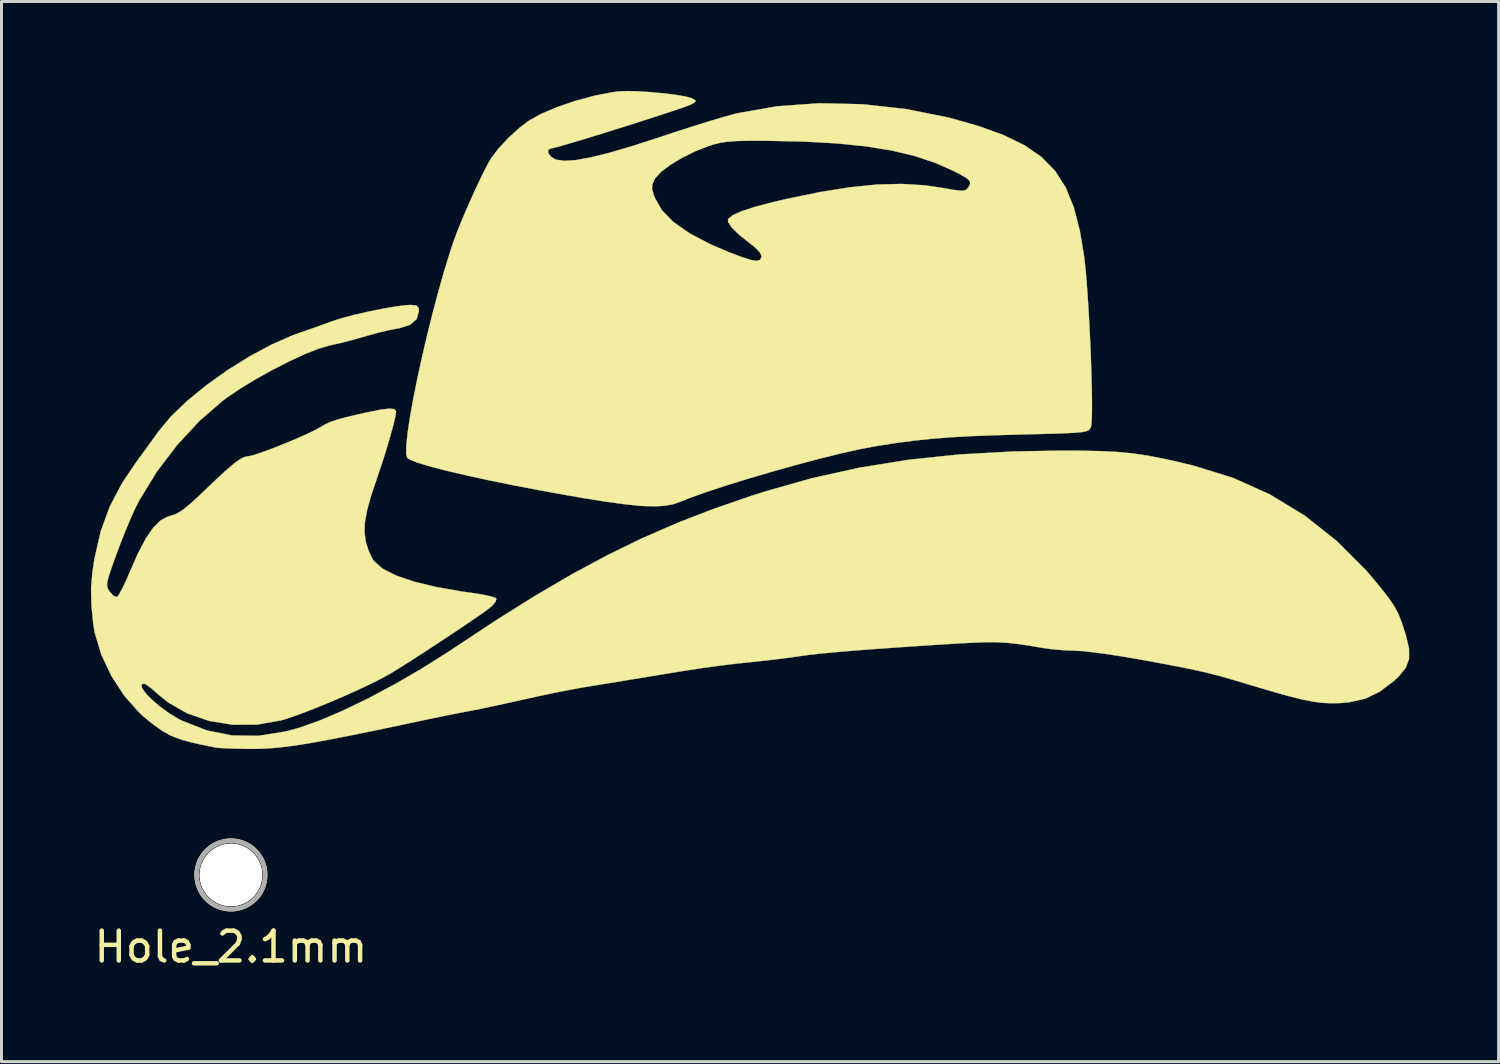
<source format=kicad_pcb>
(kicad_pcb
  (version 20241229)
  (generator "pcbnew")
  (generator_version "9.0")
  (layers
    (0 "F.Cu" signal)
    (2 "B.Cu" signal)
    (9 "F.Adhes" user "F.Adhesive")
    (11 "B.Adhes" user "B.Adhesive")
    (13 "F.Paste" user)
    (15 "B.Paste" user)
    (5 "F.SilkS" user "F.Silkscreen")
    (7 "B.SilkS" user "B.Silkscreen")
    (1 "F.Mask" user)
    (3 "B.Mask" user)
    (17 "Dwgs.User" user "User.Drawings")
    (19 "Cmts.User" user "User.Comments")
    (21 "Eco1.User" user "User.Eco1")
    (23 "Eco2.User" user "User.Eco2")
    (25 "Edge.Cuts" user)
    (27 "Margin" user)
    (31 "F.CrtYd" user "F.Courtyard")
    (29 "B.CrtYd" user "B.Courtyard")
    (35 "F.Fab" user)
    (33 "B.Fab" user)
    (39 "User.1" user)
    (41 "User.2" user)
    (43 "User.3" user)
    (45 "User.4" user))
  (footprint "Hole_2.1mm"
    (layer "F.Cu")
    (at 4.696 26.3)
    (property "Reference" "Hole_2.1mm" (at 0 2.413 0) (layer "F.SilkS") (effects (font (size 1 1) (thickness 0.15))))
    (attr through_hole)
    (fp_circle (center 0 0) (end 1.15 0) (stroke (width 0.15) (type solid)) (fill no) (layer "F.SilkS"))
    (fp_circle (center 0 0) (end 1.15 0) (stroke (width 0.15) (type solid)) (fill no) (layer "F.Fab"))
    (pad "1" thru_hole circle (at 0 0) (size 2.1 2.1) (drill 2.1) (layers "*.Cu" "*.Mask")))
  (footprint "HAT"
    (layer "F.Cu")
    (at 22.009 10.904)
    (property "Reference" "HAT" (at 0 0 0) (layer "F.SilkS") (effects (font (size 1.524 1.524) (thickness 0.3))))
    (attr through_hole)
    (fp_poly (pts (xy -3.656 -10.89) (xy -3.225 -10.863) (xy -2.785 -10.822) (xy -2.38 -10.771) (xy -2.052 -10.714) (xy -1.844 -10.656) (xy -1.827 -10.647) (xy -1.721 -10.579) (xy -1.75 -10.521) (xy -1.869 -10.454) (xy -2.007 -10.398) (xy -2.276 -10.304) (xy -2.651 -10.178) (xy -3.107 -10.029) (xy -3.617 -9.865) (xy -4.155 -9.694) (xy -4.697 -9.524) (xy -5.216 -9.364) (xy -5.686 -9.221) (xy -6.082 -9.104) (xy -6.378 -9.02) (xy -6.547 -8.978) (xy -6.573 -8.975) (xy -6.674 -8.928) (xy -6.666 -8.818) (xy -6.569 -8.692) (xy -6.411 -8.6) (xy -6.142 -8.558) (xy -5.755 -8.582) (xy -5.241 -8.674) (xy -4.595 -8.835) (xy -3.81 -9.066) (xy -2.928 -9.352) (xy -2.343 -9.546) (xy -1.766 -9.731) (xy -1.232 -9.897) (xy -0.775 -10.033) (xy -0.428 -10.129) (xy -0.325 -10.155) (xy 1.011 -10.389) (xy 2.418 -10.49) (xy 3.869 -10.458) (xy 5.331 -10.297) (xy 6.777 -10.007) (xy 7.768 -9.726) (xy 8.61 -9.421) (xy 9.308 -9.082) (xy 9.877 -8.689) (xy 10.331 -8.225) (xy 10.688 -7.669) (xy 10.961 -7.002) (xy 11.166 -6.207) (xy 11.305 -5.367) (xy 11.35 -4.977) (xy 11.393 -4.489) (xy 11.433 -3.927) (xy 11.47 -3.316) (xy 11.503 -2.68) (xy 11.531 -2.045) (xy 11.552 -1.434) (xy 11.566 -0.873) (xy 11.572 -0.386) (xy 11.568 0.001) (xy 11.554 0.265) (xy 11.535 0.371) (xy 11.504 0.43) (xy 11.46 0.476) (xy 11.382 0.511) (xy 11.251 0.538) (xy 11.046 0.559) (xy 10.749 0.576) (xy 10.338 0.591) (xy 9.795 0.606) (xy 9.215 0.62) (xy 8.291 0.647) (xy 7.502 0.677) (xy 6.815 0.716) (xy 6.194 0.765) (xy 5.606 0.826) (xy 5.017 0.904) (xy 4.393 1) (xy 4.257 1.022) (xy 3.74 1.122) (xy 3.104 1.266) (xy 2.382 1.446) (xy 1.608 1.653) (xy 0.812 1.876) (xy 0.028 2.107) (xy -0.712 2.336) (xy -1.375 2.555) (xy -1.929 2.753) (xy -2.25 2.881) (xy -2.492 2.963) (xy -2.775 3.014) (xy -3.118 3.032) (xy -3.54 3.017) (xy -4.06 2.966) (xy -4.696 2.88) (xy -5.466 2.758) (xy -6.011 2.664) (xy -6.967 2.491) (xy -7.868 2.318) (xy -8.698 2.149) (xy -9.445 1.986) (xy -10.094 1.833) (xy -10.629 1.694) (xy -11.036 1.572) (xy -11.301 1.469) (xy -11.397 1.409) (xy -11.435 1.269) (xy -11.43 0.986) (xy -11.387 0.579) (xy -11.311 0.067) (xy -11.204 -0.531) (xy -11.072 -1.194) (xy -10.919 -1.903) (xy -10.748 -2.639) (xy -10.564 -3.383) (xy -10.371 -4.115) (xy -10.173 -4.815) (xy -9.974 -5.465) (xy -9.854 -5.827) (xy -9.718 -6.196) (xy -9.535 -6.645) (xy -9.324 -7.134) (xy -9.108 -7.613) (xy -3.185 -7.613) (xy -3.126 -7.407) (xy -3.093 -7.32) (xy -2.855 -6.902) (xy -2.464 -6.503) (xy -1.916 -6.12) (xy -1.206 -5.75) (xy -0.608 -5.495) (xy -0.176 -5.331) (xy 0.126 -5.235) (xy 0.321 -5.204) (xy 0.433 -5.235) (xy 0.485 -5.325) (xy 0.49 -5.346) (xy 0.438 -5.478) (xy 0.26 -5.663) (xy 0.11 -5.782) (xy -0.272 -6.084) (xy -0.524 -6.333) (xy -0.639 -6.518) (xy -0.633 -6.607) (xy -0.479 -6.736) (xy -0.166 -6.876) (xy 0.308 -7.028) (xy 0.946 -7.193) (xy 1.312 -7.278) (xy 2.449 -7.512) (xy 3.457 -7.673) (xy 4.361 -7.764) (xy 5.183 -7.785) (xy 5.949 -7.739) (xy 6.554 -7.651) (xy 6.914 -7.587) (xy 7.143 -7.557) (xy 7.281 -7.56) (xy 7.362 -7.597) (xy 7.42 -7.663) (xy 7.485 -7.78) (xy 7.473 -7.878) (xy 7.361 -7.983) (xy 7.127 -8.118) (xy 6.94 -8.214) (xy 6.314 -8.492) (xy 5.625 -8.721) (xy 4.857 -8.905) (xy 3.992 -9.045) (xy 3.014 -9.144) (xy 1.904 -9.205) (xy 0.647 -9.232) (xy 0.587 -9.232) (xy 0.054 -9.233) (xy -0.347 -9.223) (xy -0.654 -9.201) (xy -0.904 -9.163) (xy -1.136 -9.104) (xy -1.276 -9.06) (xy -1.731 -8.882) (xy -2.175 -8.663) (xy -2.571 -8.425) (xy -2.885 -8.189) (xy -3.079 -7.977) (xy -3.098 -7.945) (xy -3.176 -7.766) (xy -3.185 -7.613) (xy -9.108 -7.613) (xy -9.103 -7.622) (xy -8.892 -8.068) (xy -8.708 -8.431) (xy -8.591 -8.636) (xy -8.341 -8.968) (xy -8 -9.333) (xy -7.623 -9.675) (xy -7.326 -9.9) (xy -6.909 -10.133) (xy -6.371 -10.362) (xy -5.761 -10.569) (xy -5.129 -10.741) (xy -4.521 -10.86) (xy -4.323 -10.886) (xy -4.036 -10.899) (xy -3.656 -10.89)) (stroke (width 0.01) (type solid)) (fill yes) (layer "F.SilkS"))
    (fp_poly (pts (xy -11.091 -3.706) (xy -11.016 -3.624) (xy -11.007 -3.514) (xy -11.084 -3.25) (xy -11.307 -3.057) (xy -11.667 -2.943) (xy -11.719 -2.935) (xy -11.996 -2.883) (xy -12.362 -2.796) (xy -12.747 -2.691) (xy -12.812 -2.671) (xy -13.213 -2.557) (xy -13.629 -2.45) (xy -13.976 -2.371) (xy -14.008 -2.365) (xy -14.361 -2.263) (xy -14.818 -2.082) (xy -15.345 -1.839) (xy -15.907 -1.553) (xy -16.469 -1.241) (xy -16.997 -0.921) (xy -17.456 -0.61) (xy -17.567 -0.528) (xy -18.36 0.157) (xy -19.114 0.969) (xy -19.796 1.864) (xy -20.37 2.8) (xy -20.534 3.12) (xy -20.676 3.433) (xy -20.849 3.848) (xy -21.03 4.307) (xy -21.168 4.676) (xy -21.316 5.091) (xy -21.412 5.378) (xy -21.46 5.571) (xy -21.466 5.7) (xy -21.437 5.799) (xy -21.384 5.888) (xy -21.255 6.032) (xy -21.142 6.074) (xy -21.14 6.074) (xy -21.066 5.986) (xy -20.951 5.776) (xy -20.812 5.481) (xy -20.73 5.289) (xy -20.44 4.628) (xy -20.173 4.119) (xy -19.921 3.749) (xy -19.673 3.503) (xy -19.419 3.369) (xy -19.328 3.346) (xy -19.151 3.288) (xy -18.947 3.165) (xy -18.689 2.958) (xy -18.352 2.649) (xy -18.248 2.549) (xy -17.804 2.125) (xy -17.461 1.809) (xy -17.2 1.588) (xy -17.004 1.448) (xy -16.856 1.375) (xy -16.744 1.355) (xy -16.586 1.322) (xy -16.311 1.233) (xy -15.957 1.103) (xy -15.561 0.947) (xy -15.159 0.78) (xy -14.789 0.617) (xy -14.488 0.473) (xy -14.309 0.373) (xy -14.148 0.279) (xy -13.972 0.198) (xy -13.746 0.122) (xy -13.439 0.039) (xy -13.016 -0.061) (xy -12.742 -0.122) (xy -12.3 -0.211) (xy -12.002 -0.247) (xy -11.831 -0.23) (xy -11.771 -0.161) (xy -11.771 -0.148) (xy -11.798 0.027) (xy -11.87 0.325) (xy -11.976 0.71) (xy -12.104 1.144) (xy -12.245 1.591) (xy -12.389 2.014) (xy -12.395 2.032) (xy -12.604 2.653) (xy -12.743 3.151) (xy -12.817 3.555) (xy -12.832 3.895) (xy -12.792 4.2) (xy -12.784 4.238) (xy -12.689 4.532) (xy -12.567 4.791) (xy -12.514 4.87) (xy -12.228 5.119) (xy -11.782 5.348) (xy -11.181 5.554) (xy -10.435 5.736) (xy -9.551 5.89) (xy -9.247 5.933) (xy -8.899 5.986) (xy -8.618 6.045) (xy -8.443 6.099) (xy -8.408 6.122) (xy -8.432 6.226) (xy -8.558 6.375) (xy -8.601 6.412) (xy -8.772 6.541) (xy -9.058 6.742) (xy -9.431 6.997) (xy -9.864 7.287) (xy -10.328 7.594) (xy -10.796 7.901) (xy -11.24 8.187) (xy -11.631 8.436) (xy -11.943 8.628) (xy -12.023 8.675) (xy -12.389 8.872) (xy -12.866 9.103) (xy -13.411 9.352) (xy -13.986 9.599) (xy -14.549 9.829) (xy -15.06 10.024) (xy -15.478 10.167) (xy -15.621 10.209) (xy -16.434 10.352) (xy -17.25 10.357) (xy -18.04 10.23) (xy -18.774 9.978) (xy -19.425 9.605) (xy -19.745 9.345) (xy -19.964 9.153) (xy -20.142 9.019) (xy -20.232 8.975) (xy -20.32 9.019) (xy -20.289 9.139) (xy -20.161 9.314) (xy -19.955 9.524) (xy -19.694 9.747) (xy -19.397 9.964) (xy -19.086 10.154) (xy -18.965 10.217) (xy -18.124 10.547) (xy -17.272 10.717) (xy -16.391 10.728) (xy -15.468 10.581) (xy -15.053 10.469) (xy -14.365 10.228) (xy -13.578 9.893) (xy -12.722 9.48) (xy -11.826 9.004) (xy -10.922 8.48) (xy -10.038 7.924) (xy -9.779 7.751) (xy -8.386 6.831) (xy -7.088 6.019) (xy -5.86 5.301) (xy -4.677 4.665) (xy -3.513 4.098) (xy -2.344 3.589) (xy -1.145 3.124) (xy 0.109 2.691) (xy 0.635 2.523) (xy 2.192 2.083) (xy 3.772 1.734) (xy 5.403 1.471) (xy 7.112 1.291) (xy 8.925 1.19) (xy 10.456 1.163) (xy 11.229 1.165) (xy 11.873 1.179) (xy 12.427 1.207) (xy 12.932 1.255) (xy 13.427 1.327) (xy 13.953 1.429) (xy 14.549 1.563) (xy 14.982 1.667) (xy 16.301 2.075) (xy 17.542 2.633) (xy 18.704 3.34) (xy 19.785 4.195) (xy 20.783 5.197) (xy 21.254 5.757) (xy 21.524 6.106) (xy 21.714 6.382) (xy 21.852 6.644) (xy 21.971 6.946) (xy 22.097 7.342) (xy 22.205 7.792) (xy 22.209 8.145) (xy 22.098 8.446) (xy 21.86 8.738) (xy 21.704 8.884) (xy 21.224 9.249) (xy 20.744 9.481) (xy 20.205 9.603) (xy 19.858 9.632) (xy 19.575 9.637) (xy 19.292 9.623) (xy 18.984 9.582) (xy 18.626 9.511) (xy 18.193 9.403) (xy 17.658 9.254) (xy 16.998 9.058) (xy 16.722 8.975) (xy 16.277 8.842) (xy 15.88 8.729) (xy 15.495 8.63) (xy 15.088 8.536) (xy 14.626 8.439) (xy 14.073 8.332) (xy 13.395 8.207) (xy 13.214 8.174) (xy 12.664 8.079) (xy 12.131 7.996) (xy 11.652 7.931) (xy 11.265 7.888) (xy 11.013 7.874) (xy 10.614 7.858) (xy 10.188 7.819) (xy 9.948 7.785) (xy 9.476 7.705) (xy 9.082 7.647) (xy 8.73 7.609) (xy 8.382 7.591) (xy 8 7.59) (xy 7.548 7.606) (xy 6.988 7.637) (xy 6.562 7.663) (xy 5.435 7.737) (xy 4.468 7.804) (xy 3.652 7.865) (xy 2.978 7.922) (xy 2.436 7.973) (xy 2.017 8.021) (xy 1.778 8.055) (xy 1.424 8.106) (xy 0.985 8.162) (xy 0.546 8.211) (xy 0.466 8.22) (xy -0.243 8.295) (xy -0.877 8.37) (xy -1.497 8.455) (xy -2.166 8.557) (xy -2.879 8.674) (xy -3.418 8.763) (xy -3.981 8.856) (xy -4.51 8.943) (xy -4.946 9.013) (xy -5.038 9.028) (xy -5.467 9.099) (xy -5.901 9.177) (xy -6.374 9.27) (xy -6.92 9.384) (xy -7.572 9.526) (xy -8.128 9.65) (xy -8.542 9.74) (xy -8.955 9.827) (xy -9.299 9.895) (xy -9.398 9.913) (xy -9.703 9.971) (xy -10.1 10.05) (xy -10.516 10.135) (xy -10.626 10.158) (xy -11.677 10.381) (xy -12.579 10.57) (xy -13.349 10.726) (xy -14.003 10.854) (xy -14.558 10.956) (xy -15.029 11.034) (xy -15.434 11.091) (xy -15.789 11.13) (xy -16.11 11.154) (xy -16.414 11.165) (xy -16.717 11.166) (xy -16.736 11.166) (xy -17.13 11.159) (xy -17.473 11.148) (xy -17.723 11.134) (xy -17.822 11.123) (xy -18.312 11.023) (xy -18.676 10.94) (xy -18.956 10.862) (xy -19.193 10.778) (xy -19.355 10.71) (xy -19.618 10.561) (xy -19.941 10.331) (xy -20.269 10.061) (xy -20.376 9.964) (xy -20.883 9.394) (xy -21.32 8.726) (xy -21.66 8.006) (xy -21.879 7.283) (xy -21.928 7) (xy -21.993 6.349) (xy -22.004 5.78) (xy -21.957 5.217) (xy -21.89 4.782) (xy -21.679 3.863) (xy -21.376 3.036) (xy -20.959 2.245) (xy -20.506 1.573) (xy -20.247 1.217) (xy -19.962 0.824) (xy -19.738 0.511) (xy -19.323 0.014) (xy -18.778 -0.508) (xy -18.135 -1.033) (xy -17.427 -1.538) (xy -16.686 -2) (xy -15.945 -2.398) (xy -15.236 -2.709) (xy -14.986 -2.798) (xy -14.649 -2.914) (xy -14.252 -3.055) (xy -13.961 -3.163) (xy -13.626 -3.272) (xy -13.192 -3.388) (xy -12.706 -3.5) (xy -12.216 -3.599) (xy -11.77 -3.676) (xy -11.414 -3.719) (xy -11.282 -3.725) (xy -11.091 -3.706)) (stroke (width 0.01) (type solid)) (fill yes) (layer "F.SilkS")))
  (gr_rect
    (start -3 -3)
    (end 47.222 32.562)
    (stroke (width 0.1) (type default))
    (fill no)
    (layer "Edge.Cuts")))
</source>
